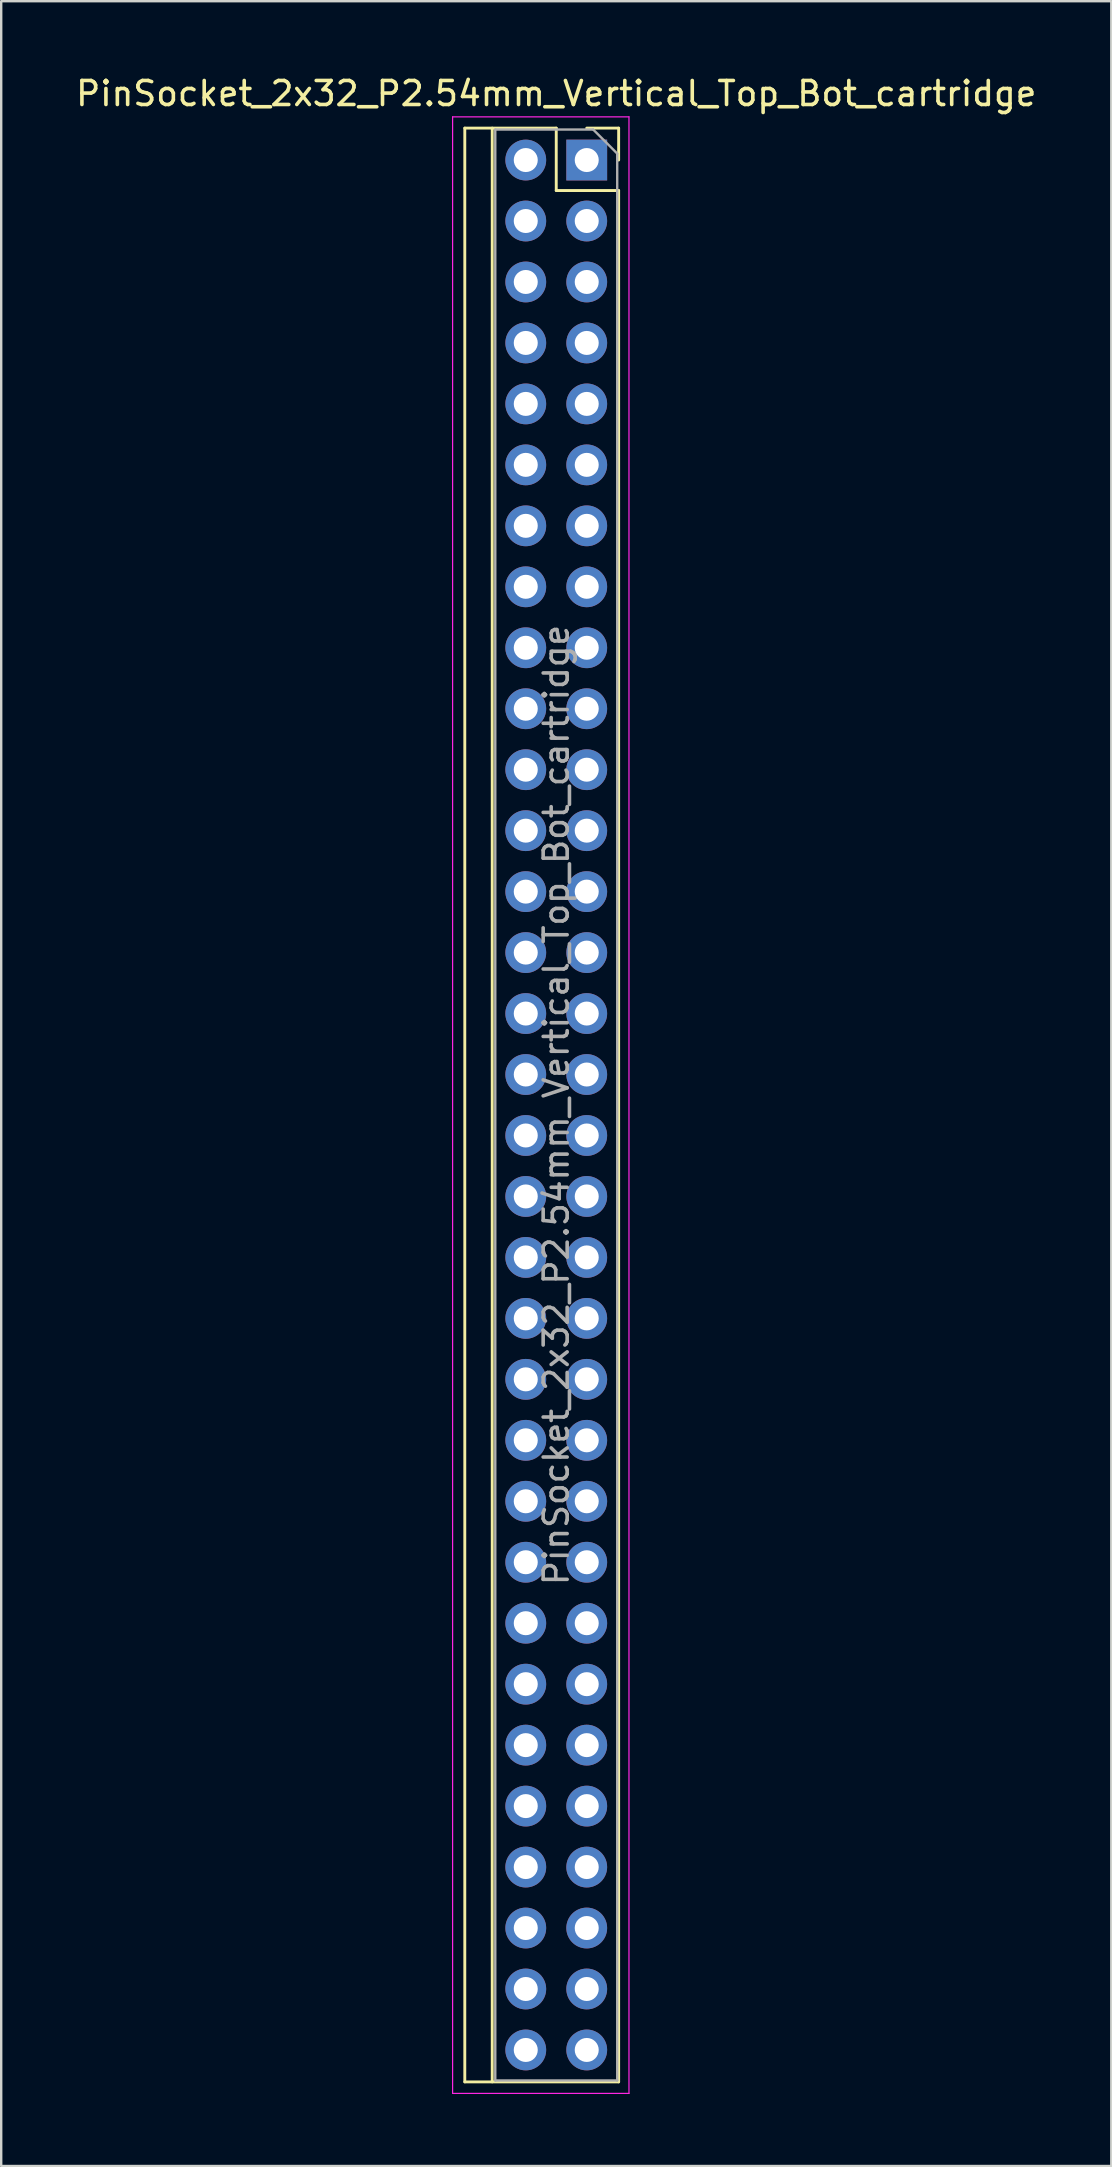
<source format=kicad_pcb>
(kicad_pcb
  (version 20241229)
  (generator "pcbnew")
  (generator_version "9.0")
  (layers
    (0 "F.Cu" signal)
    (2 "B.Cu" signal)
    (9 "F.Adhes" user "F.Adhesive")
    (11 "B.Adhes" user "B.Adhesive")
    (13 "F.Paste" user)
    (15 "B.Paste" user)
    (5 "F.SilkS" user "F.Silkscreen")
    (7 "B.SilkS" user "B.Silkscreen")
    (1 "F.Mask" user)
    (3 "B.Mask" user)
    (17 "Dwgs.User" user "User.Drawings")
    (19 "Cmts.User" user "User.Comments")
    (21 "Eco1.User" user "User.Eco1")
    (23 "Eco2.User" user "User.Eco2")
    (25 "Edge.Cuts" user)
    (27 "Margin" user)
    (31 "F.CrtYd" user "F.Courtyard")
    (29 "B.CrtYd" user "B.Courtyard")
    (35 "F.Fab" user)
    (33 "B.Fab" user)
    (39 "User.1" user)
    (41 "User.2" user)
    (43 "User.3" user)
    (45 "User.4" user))
  (footprint "PinSocket_2x32_P2.54mm_Vertical_Top_Bot_cartridge"
    (layer "F.Cu")
    (at 21.395 3.618)
    (property "Reference" "PinSocket_2x32_P2.54mm_Vertical_Top_Bot_cartridge" (at -1.27 -2.77 0) (layer "F.SilkS") (effects (font (size 1 1) (thickness 0.15))))
    (attr through_hole)
    (fp_line (start -5.08 -1.33) (end -5.08 80.07) (stroke (width 0.12) (type solid)) (layer "F.SilkS"))
    (fp_line (start -5.08 -1.33) (end -1.27 -1.33) (stroke (width 0.12) (type solid)) (layer "F.SilkS"))
    (fp_line (start -5.08 80.07) (end 1.33 80.07) (stroke (width 0.12) (type solid)) (layer "F.SilkS"))
    (fp_line (start -3.937 -1.33) (end -3.937 80.07) (stroke (width 0.12) (type solid)) (layer "F.SilkS"))
    (fp_line (start -1.27 -1.33) (end -1.27 1.27) (stroke (width 0.12) (type solid)) (layer "F.SilkS"))
    (fp_line (start -1.27 1.27) (end 1.33 1.27) (stroke (width 0.12) (type solid)) (layer "F.SilkS"))
    (fp_line (start 0 -1.33) (end 1.33 -1.33) (stroke (width 0.12) (type solid)) (layer "F.SilkS"))
    (fp_line (start 1.33 -1.33) (end 1.33 0) (stroke (width 0.12) (type solid)) (layer "F.SilkS"))
    (fp_line (start 1.33 1.27) (end 1.33 80.07) (stroke (width 0.12) (type solid)) (layer "F.SilkS"))
    (fp_line (start -5.588 -1.8) (end 1.76 -1.8) (stroke (width 0.05) (type solid)) (layer "F.CrtYd"))
    (fp_line (start -5.588 80.55) (end -5.588 -1.8) (stroke (width 0.05) (type solid)) (layer "F.CrtYd"))
    (fp_line (start 1.76 -1.8) (end 1.76 80.55) (stroke (width 0.05) (type solid)) (layer "F.CrtYd"))
    (fp_line (start 1.76 80.55) (end -5.588 80.55) (stroke (width 0.05) (type solid)) (layer "F.CrtYd"))
    (fp_line (start -3.81 -1.27) (end 0.27 -1.27) (stroke (width 0.1) (type solid)) (layer "F.Fab"))
    (fp_line (start -3.81 80.01) (end -3.81 -1.27) (stroke (width 0.1) (type solid)) (layer "F.Fab"))
    (fp_line (start 0.27 -1.27) (end 1.27 -0.27) (stroke (width 0.1) (type solid)) (layer "F.Fab"))
    (fp_line (start 1.27 -0.27) (end 1.27 80.01) (stroke (width 0.1) (type solid)) (layer "F.Fab"))
    (fp_line (start 1.27 80.01) (end -3.81 80.01) (stroke (width 0.1) (type solid)) (layer "F.Fab"))
    (fp_text user "${REFERENCE}" (at -1.27 39.37 90) (layer "F.Fab") (effects (font (size 1 1) (thickness 0.15))))
    (pad "1" thru_hole oval (at -2.54 0) (size 1.7 1.7) (drill 1) (layers "*.Cu" "*.Mask"))
    (pad "2" thru_hole oval (at -2.54 2.54) (size 1.7 1.7) (drill 1) (layers "*.Cu" "*.Mask"))
    (pad "3" thru_hole oval (at -2.54 5.08) (size 1.7 1.7) (drill 1) (layers "*.Cu" "*.Mask"))
    (pad "4" thru_hole oval (at -2.54 7.62) (size 1.7 1.7) (drill 1) (layers "*.Cu" "*.Mask"))
    (pad "5" thru_hole oval (at -2.54 10.16) (size 1.7 1.7) (drill 1) (layers "*.Cu" "*.Mask"))
    (pad "6" thru_hole oval (at -2.54 12.7) (size 1.7 1.7) (drill 1) (layers "*.Cu" "*.Mask"))
    (pad "7" thru_hole oval (at -2.54 15.24) (size 1.7 1.7) (drill 1) (layers "*.Cu" "*.Mask"))
    (pad "8" thru_hole oval (at -2.54 17.78) (size 1.7 1.7) (drill 1) (layers "*.Cu" "*.Mask"))
    (pad "9" thru_hole oval (at -2.54 20.32) (size 1.7 1.7) (drill 1) (layers "*.Cu" "*.Mask"))
    (pad "10" thru_hole oval (at -2.54 22.86) (size 1.7 1.7) (drill 1) (layers "*.Cu" "*.Mask"))
    (pad "11" thru_hole oval (at -2.54 25.4) (size 1.7 1.7) (drill 1) (layers "*.Cu" "*.Mask"))
    (pad "12" thru_hole oval (at -2.54 27.94) (size 1.7 1.7) (drill 1) (layers "*.Cu" "*.Mask"))
    (pad "13" thru_hole oval (at -2.54 30.48) (size 1.7 1.7) (drill 1) (layers "*.Cu" "*.Mask"))
    (pad "14" thru_hole oval (at -2.54 33.02) (size 1.7 1.7) (drill 1) (layers "*.Cu" "*.Mask"))
    (pad "15" thru_hole oval (at -2.54 35.56) (size 1.7 1.7) (drill 1) (layers "*.Cu" "*.Mask"))
    (pad "16" thru_hole oval (at -2.54 38.1) (size 1.7 1.7) (drill 1) (layers "*.Cu" "*.Mask"))
    (pad "17" thru_hole oval (at -2.54 40.64) (size 1.7 1.7) (drill 1) (layers "*.Cu" "*.Mask"))
    (pad "18" thru_hole oval (at -2.54 43.18) (size 1.7 1.7) (drill 1) (layers "*.Cu" "*.Mask"))
    (pad "19" thru_hole oval (at -2.54 45.72) (size 1.7 1.7) (drill 1) (layers "*.Cu" "*.Mask"))
    (pad "20" thru_hole oval (at -2.54 48.26) (size 1.7 1.7) (drill 1) (layers "*.Cu" "*.Mask"))
    (pad "21" thru_hole oval (at -2.54 50.8) (size 1.7 1.7) (drill 1) (layers "*.Cu" "*.Mask"))
    (pad "22" thru_hole oval (at -2.54 53.34) (size 1.7 1.7) (drill 1) (layers "*.Cu" "*.Mask"))
    (pad "23" thru_hole oval (at -2.54 55.88) (size 1.7 1.7) (drill 1) (layers "*.Cu" "*.Mask"))
    (pad "24" thru_hole oval (at -2.54 58.42) (size 1.7 1.7) (drill 1) (layers "*.Cu" "*.Mask"))
    (pad "25" thru_hole oval (at -2.54 60.96) (size 1.7 1.7) (drill 1) (layers "*.Cu" "*.Mask"))
    (pad "26" thru_hole oval (at -2.54 63.5) (size 1.7 1.7) (drill 1) (layers "*.Cu" "*.Mask"))
    (pad "27" thru_hole oval (at -2.54 66.04) (size 1.7 1.7) (drill 1) (layers "*.Cu" "*.Mask"))
    (pad "28" thru_hole oval (at -2.54 68.58) (size 1.7 1.7) (drill 1) (layers "*.Cu" "*.Mask"))
    (pad "29" thru_hole oval (at -2.54 71.12) (size 1.7 1.7) (drill 1) (layers "*.Cu" "*.Mask"))
    (pad "30" thru_hole oval (at -2.54 73.66) (size 1.7 1.7) (drill 1) (layers "*.Cu" "*.Mask"))
    (pad "31" thru_hole oval (at -2.54 76.2) (size 1.7 1.7) (drill 1) (layers "*.Cu" "*.Mask"))
    (pad "32" thru_hole oval (at -2.54 78.74) (size 1.7 1.7) (drill 1) (layers "*.Cu" "*.Mask"))
    (pad "33" thru_hole rect (at 0 0) (size 1.7 1.7) (drill 1) (layers "*.Cu" "*.Mask"))
    (pad "34" thru_hole oval (at 0 2.54) (size 1.7 1.7) (drill 1) (layers "*.Cu" "*.Mask"))
    (pad "35" thru_hole oval (at 0 5.08) (size 1.7 1.7) (drill 1) (layers "*.Cu" "*.Mask"))
    (pad "36" thru_hole oval (at 0 7.62) (size 1.7 1.7) (drill 1) (layers "*.Cu" "*.Mask"))
    (pad "37" thru_hole oval (at 0 10.16) (size 1.7 1.7) (drill 1) (layers "*.Cu" "*.Mask"))
    (pad "38" thru_hole oval (at 0 12.7) (size 1.7 1.7) (drill 1) (layers "*.Cu" "*.Mask"))
    (pad "39" thru_hole oval (at 0 15.24) (size 1.7 1.7) (drill 1) (layers "*.Cu" "*.Mask"))
    (pad "40" thru_hole oval (at 0 17.78) (size 1.7 1.7) (drill 1) (layers "*.Cu" "*.Mask"))
    (pad "41" thru_hole oval (at 0 20.32) (size 1.7 1.7) (drill 1) (layers "*.Cu" "*.Mask"))
    (pad "42" thru_hole oval (at 0 22.86) (size 1.7 1.7) (drill 1) (layers "*.Cu" "*.Mask"))
    (pad "43" thru_hole oval (at 0 25.4) (size 1.7 1.7) (drill 1) (layers "*.Cu" "*.Mask"))
    (pad "44" thru_hole oval (at 0 27.94) (size 1.7 1.7) (drill 1) (layers "*.Cu" "*.Mask"))
    (pad "45" thru_hole oval (at 0 30.48) (size 1.7 1.7) (drill 1) (layers "*.Cu" "*.Mask"))
    (pad "46" thru_hole oval (at 0 33.02) (size 1.7 1.7) (drill 1) (layers "*.Cu" "*.Mask"))
    (pad "47" thru_hole oval (at 0 35.56) (size 1.7 1.7) (drill 1) (layers "*.Cu" "*.Mask"))
    (pad "48" thru_hole oval (at 0 38.1) (size 1.7 1.7) (drill 1) (layers "*.Cu" "*.Mask"))
    (pad "49" thru_hole oval (at 0 40.64) (size 1.7 1.7) (drill 1) (layers "*.Cu" "*.Mask"))
    (pad "50" thru_hole oval (at 0 43.18) (size 1.7 1.7) (drill 1) (layers "*.Cu" "*.Mask"))
    (pad "51" thru_hole oval (at 0 45.72) (size 1.7 1.7) (drill 1) (layers "*.Cu" "*.Mask"))
    (pad "52" thru_hole oval (at 0 48.26) (size 1.7 1.7) (drill 1) (layers "*.Cu" "*.Mask"))
    (pad "53" thru_hole oval (at 0 50.8) (size 1.7 1.7) (drill 1) (layers "*.Cu" "*.Mask"))
    (pad "54" thru_hole oval (at 0 53.34) (size 1.7 1.7) (drill 1) (layers "*.Cu" "*.Mask"))
    (pad "55" thru_hole oval (at 0 55.88) (size 1.7 1.7) (drill 1) (layers "*.Cu" "*.Mask"))
    (pad "56" thru_hole oval (at 0 58.42) (size 1.7 1.7) (drill 1) (layers "*.Cu" "*.Mask"))
    (pad "57" thru_hole oval (at 0 60.96) (size 1.7 1.7) (drill 1) (layers "*.Cu" "*.Mask"))
    (pad "58" thru_hole oval (at 0 63.5) (size 1.7 1.7) (drill 1) (layers "*.Cu" "*.Mask"))
    (pad "59" thru_hole oval (at 0 66.04) (size 1.7 1.7) (drill 1) (layers "*.Cu" "*.Mask"))
    (pad "60" thru_hole oval (at 0 68.58) (size 1.7 1.7) (drill 1) (layers "*.Cu" "*.Mask"))
    (pad "61" thru_hole oval (at 0 71.12) (size 1.7 1.7) (drill 1) (layers "*.Cu" "*.Mask"))
    (pad "62" thru_hole oval (at 0 73.66) (size 1.7 1.7) (drill 1) (layers "*.Cu" "*.Mask"))
    (pad "63" thru_hole oval (at 0 76.2) (size 1.7 1.7) (drill 1) (layers "*.Cu" "*.Mask"))
    (pad "64" thru_hole oval (at 0 78.74) (size 1.7 1.7) (drill 1) (layers "*.Cu" "*.Mask")))
  (gr_rect
    (start -3 -3)
    (end 43.25 87.193)
    (stroke (width 0.1) (type default))
    (fill no)
    (layer "Edge.Cuts")))
</source>
